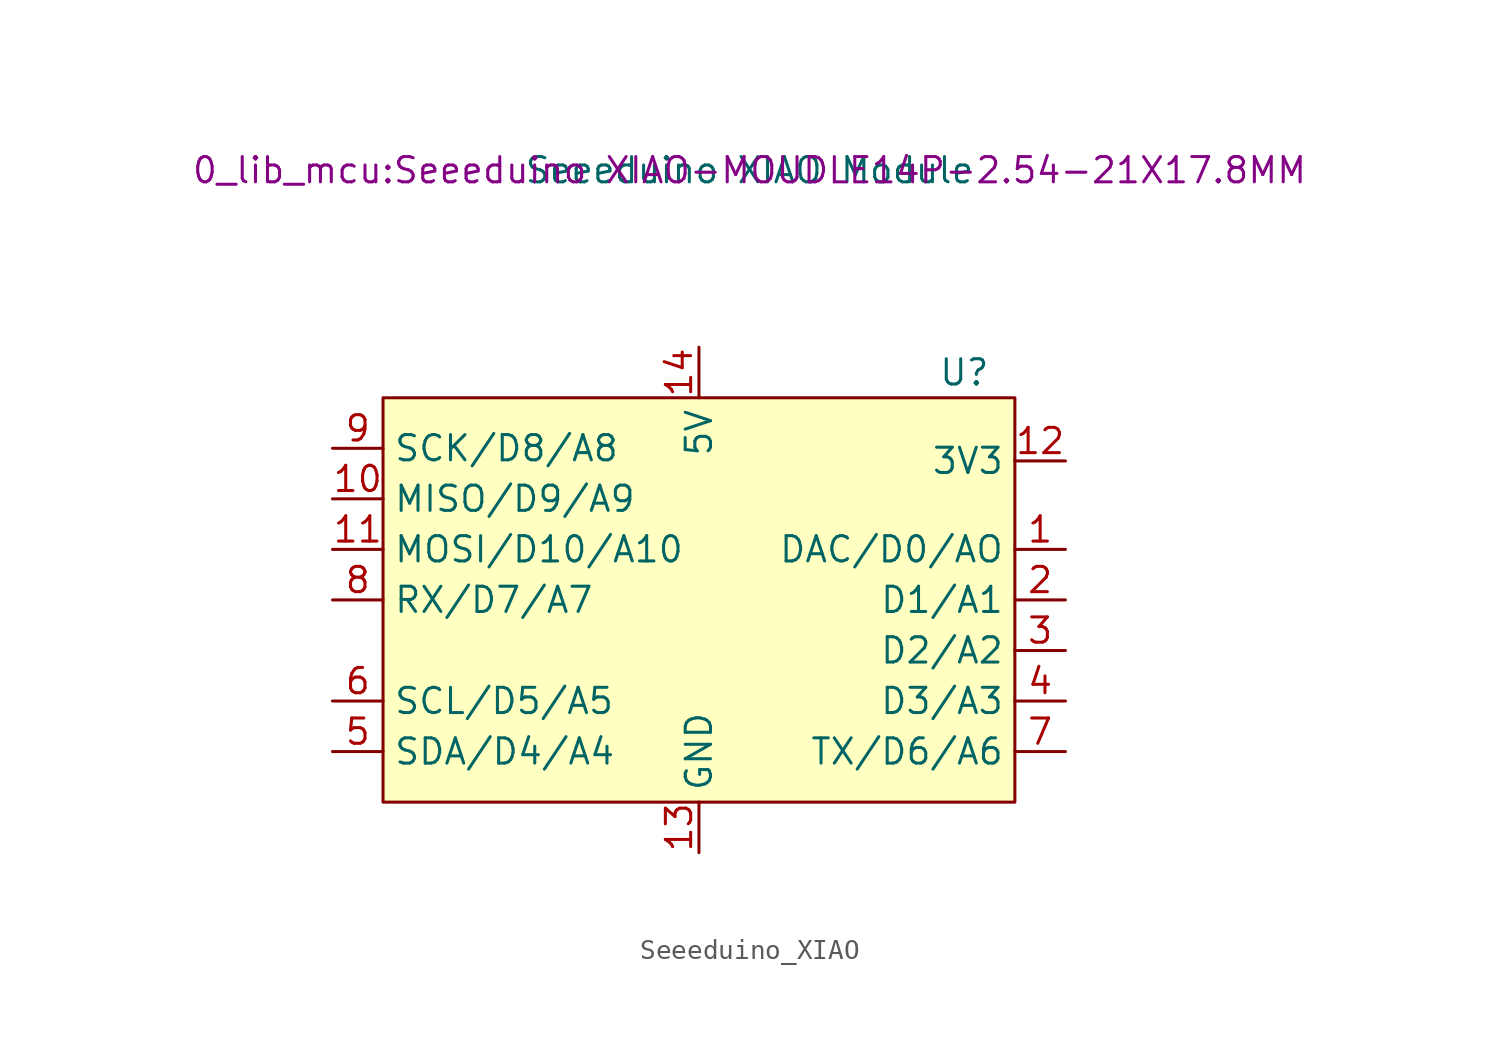
<source format=kicad_sym>
(kicad_symbol_lib
  (version 20220914)
  (generator kicad_symbol_editor)
  (symbol "Seeeduino_XIAO"
    (property "Reference" "U"
      (at 13.335 11.43 0)
      (effects (font (size 1.27 1.27))))
    (property "Value" "Seeeduino XIAO Module"
      (at 2.54 21.59 0)
      (effects (font (size 1.27 1.27))))
    (property "Footprint" "0_lib_mcu:Seeeduino XIAO-MOUDLE14P-2.54-21X17.8MM"
      (at 2.54 21.59 0)
      (effects (font (size 1.27 1.27))))
    (symbol "Seeeduino_XIAO_1_1"
      (rectangle (start -15.875 10.16) (end 15.875 -10.16) (stroke (width 0) (type default)) (fill (type background)))
      (pin bidirectional line (at 18.415 2.54 180) (length 2.54) (name "DAC/D0/AO" (effects (font (size 1.27 1.27)))) (number "1" (effects (font (size 1.27 1.27)))))
      (pin bidirectional line (at -18.415 5.08 0) (length 2.54) (name "MISO/D9/A9" (effects (font (size 1.27 1.27)))) (number "10" (effects (font (size 1.27 1.27)))))
      (pin bidirectional line (at -18.415 2.54 0) (length 2.54) (name "MOSI/D10/A10" (effects (font (size 1.27 1.27)))) (number "11" (effects (font (size 1.27 1.27)))))
      (pin passive line (at 18.415 6.985 180) (length 2.54) (name "3V3" (effects (font (size 1.27 1.27)))) (number "12" (effects (font (size 1.27 1.27)))))
      (pin power_in line (at 0 -12.7 90) (length 2.54) (name "GND" (effects (font (size 1.27 1.27)))) (number "13" (effects (font (size 1.27 1.27)))))
      (pin power_in line (at 0 12.7 270) (length 2.54) (name "5V" (effects (font (size 1.27 1.27)))) (number "14" (effects (font (size 1.27 1.27)))))
      (pin bidirectional line (at 18.415 0 180) (length 2.54) (name "D1/A1" (effects (font (size 1.27 1.27)))) (number "2" (effects (font (size 1.27 1.27)))))
      (pin bidirectional line (at 18.415 -2.54 180) (length 2.54) (name "D2/A2" (effects (font (size 1.27 1.27)))) (number "3" (effects (font (size 1.27 1.27)))))
      (pin bidirectional line (at 18.415 -5.08 180) (length 2.54) (name "D3/A3" (effects (font (size 1.27 1.27)))) (number "4" (effects (font (size 1.27 1.27)))))
      (pin bidirectional line (at -18.415 -7.62 0) (length 2.54) (name "SDA/D4/A4" (effects (font (size 1.27 1.27)))) (number "5" (effects (font (size 1.27 1.27)))))
      (pin bidirectional line (at -18.415 -5.08 0) (length 2.54) (name "SCL/D5/A5" (effects (font (size 1.27 1.27)))) (number "6" (effects (font (size 1.27 1.27)))))
      (pin bidirectional line (at 18.415 -7.62 180) (length 2.54) (name "TX/D6/A6" (effects (font (size 1.27 1.27)))) (number "7" (effects (font (size 1.27 1.27)))))
      (pin bidirectional line (at -18.415 0 0) (length 2.54) (name "RX/D7/A7" (effects (font (size 1.27 1.27)))) (number "8" (effects (font (size 1.27 1.27)))))
      (pin bidirectional line (at -18.415 7.62 0) (length 2.54) (name "SCK/D8/A8" (effects (font (size 1.27 1.27)))) (number "9" (effects (font (size 1.27 1.27))))))))
</source>
